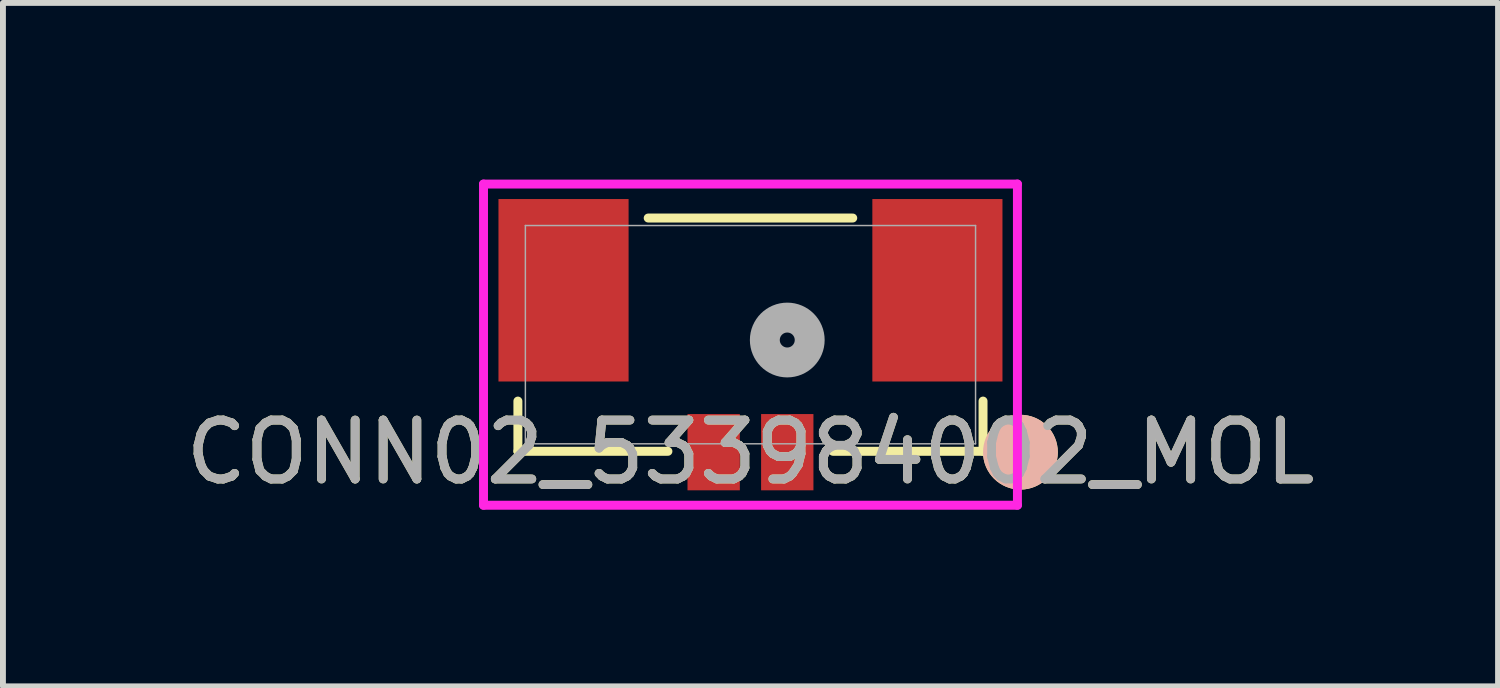
<source format=kicad_pcb>
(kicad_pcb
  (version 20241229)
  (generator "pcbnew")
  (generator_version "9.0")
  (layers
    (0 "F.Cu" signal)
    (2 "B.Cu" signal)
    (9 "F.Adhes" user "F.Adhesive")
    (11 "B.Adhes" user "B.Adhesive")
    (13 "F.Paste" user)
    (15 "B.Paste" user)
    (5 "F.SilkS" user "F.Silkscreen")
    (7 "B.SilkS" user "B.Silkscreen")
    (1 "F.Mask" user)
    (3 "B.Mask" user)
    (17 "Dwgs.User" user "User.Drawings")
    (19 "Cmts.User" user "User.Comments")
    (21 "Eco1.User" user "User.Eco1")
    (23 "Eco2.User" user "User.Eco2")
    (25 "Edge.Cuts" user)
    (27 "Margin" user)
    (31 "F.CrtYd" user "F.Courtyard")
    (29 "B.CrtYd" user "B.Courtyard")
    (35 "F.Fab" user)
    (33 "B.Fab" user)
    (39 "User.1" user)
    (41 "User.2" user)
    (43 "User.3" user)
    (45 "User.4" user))
  (footprint "CONN02_533984002_MOL"
    (layer "F.Cu")
    (at 9.696 2.634)
    (property "Reference" "CONN02_533984002_MOL" (at 0 1.996 0) (unlocked yes) (layer "F.SilkS") (effects (font (size 1 1) (thickness 0.15))))
    (attr smd)
    (fp_line (start -3.95 1.128) (end -3.95 1.981) (stroke (width 0.152) (type solid)) (layer "F.SilkS"))
    (fp_line (start -3.95 1.981) (end -1.402 1.981) (stroke (width 0.152) (type solid)) (layer "F.SilkS"))
    (fp_line (start 1.402 1.981) (end 3.95 1.981) (stroke (width 0.152) (type solid)) (layer "F.SilkS"))
    (fp_line (start 1.737 -1.981) (end -1.737 -1.981) (stroke (width 0.152) (type solid)) (layer "F.SilkS"))
    (fp_line (start 3.95 1.981) (end 3.95 1.128) (stroke (width 0.152) (type solid)) (layer "F.SilkS"))
    (fp_circle (center 4.585 1.996) (end 4.966 1.996) (stroke (width 0.508) (type solid)) (fill no) (layer "F.SilkS"))
    (fp_circle (center 4.585 1.996) (end 4.966 1.996) (stroke (width 0.508) (type solid)) (fill no) (layer "B.SilkS"))
    (fp_line (start -4.534 -2.558) (end -4.534 2.897) (stroke (width 0.152) (type solid)) (layer "F.CrtYd"))
    (fp_line (start -4.534 2.897) (end 4.534 2.897) (stroke (width 0.152) (type solid)) (layer "F.CrtYd"))
    (fp_line (start 4.534 -2.558) (end -4.534 -2.558) (stroke (width 0.152) (type solid)) (layer "F.CrtYd"))
    (fp_line (start 4.534 2.897) (end 4.534 -2.558) (stroke (width 0.152) (type solid)) (layer "F.CrtYd"))
    (fp_line (start -3.823 -1.854) (end -3.823 1.854) (stroke (width 0.025) (type solid)) (layer "F.Fab"))
    (fp_line (start -3.823 1.854) (end 3.823 1.854) (stroke (width 0.025) (type solid)) (layer "F.Fab"))
    (fp_line (start 3.823 -1.854) (end -3.823 -1.854) (stroke (width 0.025) (type solid)) (layer "F.Fab"))
    (fp_line (start 3.823 1.854) (end 3.823 -1.854) (stroke (width 0.025) (type solid)) (layer "F.Fab"))
    (fp_circle (center 0.625 0.091) (end 1.006 0.091) (stroke (width 0.508) (type solid)) (fill no) (layer "F.Fab"))
    (fp_text user "${REFERENCE}" (at 0 1.996 0) (unlocked yes) (layer "F.Fab") (effects (font (size 1 1) (thickness 0.15))))
    (pad "1" smd rect (at 0.625 1.996) (size 0.889 1.295) (layers "F.Cu" "F.Mask" "F.Paste"))
    (pad "2" smd rect (at -0.625 1.996) (size 0.889 1.295) (layers "F.Cu" "F.Mask" "F.Paste"))
    (pad "3" smd rect (at -3.175 -0.754) (size 2.21 3.099) (layers "F.Cu" "F.Mask" "F.Paste"))
    (pad "4" smd rect (at 3.175 -0.754) (size 2.21 3.099) (layers "F.Cu" "F.Mask" "F.Paste")))
  (gr_rect
    (start -3 -3)
    (end 22.393 8.607)
    (stroke (width 0.1) (type default))
    (fill no)
    (layer "Edge.Cuts")))
</source>
